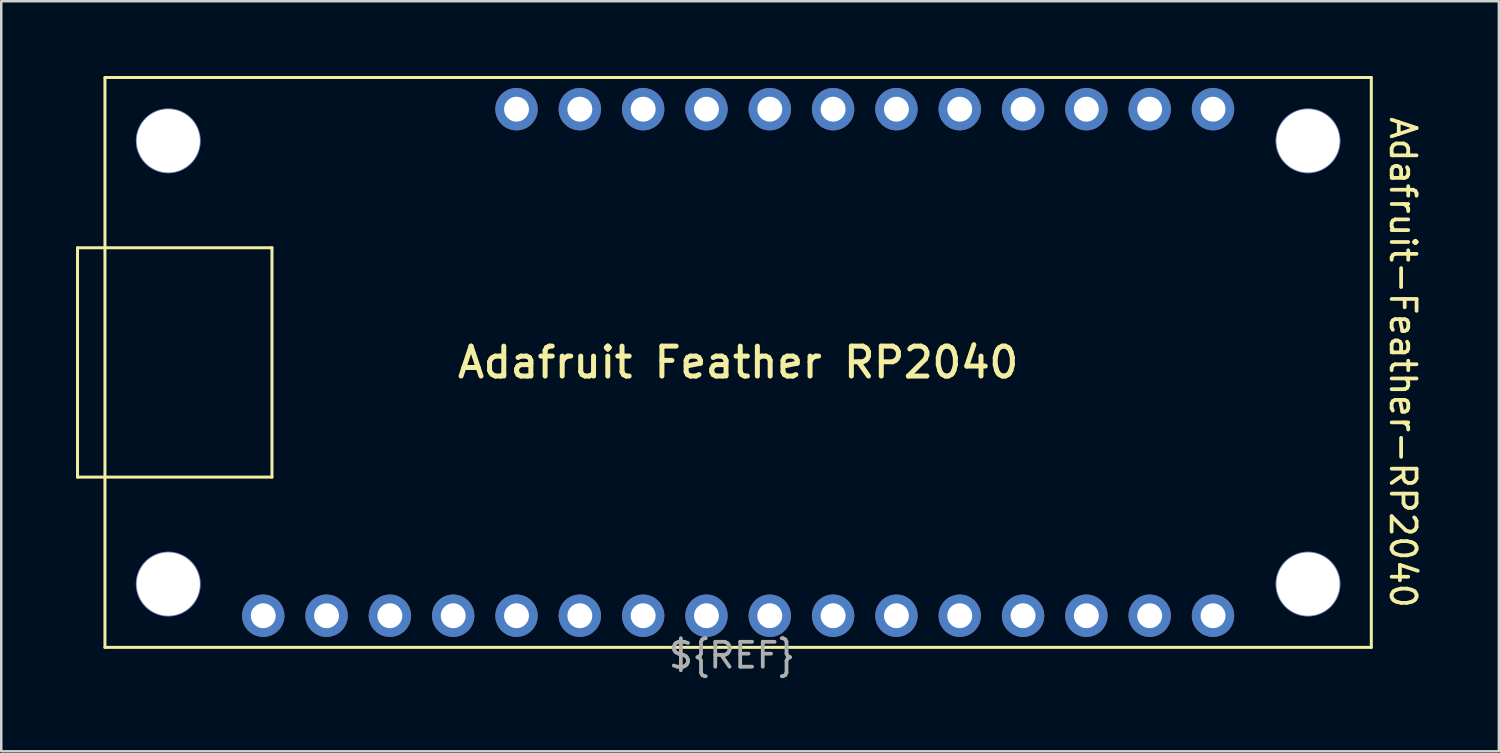
<source format=kicad_pcb>
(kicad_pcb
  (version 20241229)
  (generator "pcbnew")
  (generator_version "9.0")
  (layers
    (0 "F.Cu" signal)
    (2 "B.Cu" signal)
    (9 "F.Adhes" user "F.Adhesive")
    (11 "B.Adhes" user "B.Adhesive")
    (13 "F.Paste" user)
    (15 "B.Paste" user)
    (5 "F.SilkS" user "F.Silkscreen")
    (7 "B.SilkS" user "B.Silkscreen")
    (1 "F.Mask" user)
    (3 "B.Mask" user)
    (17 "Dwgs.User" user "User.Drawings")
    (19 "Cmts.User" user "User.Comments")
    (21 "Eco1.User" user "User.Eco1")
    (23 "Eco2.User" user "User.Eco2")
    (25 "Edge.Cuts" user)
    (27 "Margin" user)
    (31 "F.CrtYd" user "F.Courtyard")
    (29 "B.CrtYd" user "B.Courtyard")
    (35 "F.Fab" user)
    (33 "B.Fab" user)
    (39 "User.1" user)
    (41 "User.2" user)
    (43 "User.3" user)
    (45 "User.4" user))
  (footprint "Adafruit-Feather-RP2040"
    (layer "F.Cu")
    (at 26.56 11.49)
    (property "Reference" "Adafruit-Feather-RP2040" (at 26.67 0 270) (unlocked yes) (layer "F.SilkS") (effects (font (size 1 1) (thickness 0.15))))
    (fp_line (start -26.5 -4.6) (end -26.5 4.6) (stroke (width 0.12) (type solid)) (layer "F.SilkS"))
    (fp_line (start -25.4 -11.43) (end 25.4 -11.43) (stroke (width 0.12) (type solid)) (layer "F.SilkS"))
    (fp_line (start -25.4 11.43) (end -25.4 -11.43) (stroke (width 0.12) (type solid)) (layer "F.SilkS"))
    (fp_line (start -18.7 -4.6) (end -26.5 -4.6) (stroke (width 0.12) (type solid)) (layer "F.SilkS"))
    (fp_line (start -18.7 -4.6) (end -18.7 4.6) (stroke (width 0.12) (type solid)) (layer "F.SilkS"))
    (fp_line (start -18.7 4.6) (end -26.5 4.6) (stroke (width 0.12) (type solid)) (layer "F.SilkS"))
    (fp_line (start 25.4 -11.43) (end 25.4 11.43) (stroke (width 0.12) (type solid)) (layer "F.SilkS"))
    (fp_line (start 25.4 11.43) (end -25.4 11.43) (stroke (width 0.12) (type solid)) (layer "F.SilkS"))
    (fp_text user "Adafruit Feather RP2040" (at 0 0 0) (unlocked yes) (layer "F.SilkS") (effects (font (size 1.2 1.2) (thickness 0.2))))
    (fp_text user "${REF}" (at -0.25 11.75 0) (unlocked yes) (layer "F.Fab") (effects (font (size 1 1) (thickness 0.15))))
    (pad "" np_thru_hole circle (at -22.86 -8.89) (size 2.6 2.6) (drill 2.54) (layers "*.Cu" "*.Mask"))
    (pad "" np_thru_hole circle (at -22.86 8.89) (size 2.6 2.6) (drill 2.54) (layers "*.Cu" "*.Mask"))
    (pad "" np_thru_hole circle (at 22.86 -8.89) (size 2.6 2.6) (drill 2.54) (layers "*.Cu" "*.Mask"))
    (pad "" np_thru_hole circle (at 22.86 8.89) (size 2.6 2.6) (drill 2.54) (layers "*.Cu" "*.Mask"))
    (pad "1" thru_hole circle (at -19.05 10.16) (size 1.7 1.7) (drill 1) (layers "*.Cu" "*.Mask"))
    (pad "2" thru_hole circle (at -16.51 10.16) (size 1.7 1.7) (drill 1) (layers "*.Cu" "*.Mask"))
    (pad "3" thru_hole circle (at -13.97 10.16) (size 1.7 1.7) (drill 1) (layers "*.Cu" "*.Mask"))
    (pad "4" thru_hole circle (at -11.43 10.16) (size 1.7 1.7) (drill 1) (layers "*.Cu" "*.Mask"))
    (pad "5" thru_hole circle (at -8.89 10.16) (size 1.7 1.7) (drill 1) (layers "*.Cu" "*.Mask"))
    (pad "6" thru_hole circle (at -6.35 10.16) (size 1.7 1.7) (drill 1) (layers "*.Cu" "*.Mask"))
    (pad "7" thru_hole circle (at -3.81 10.16) (size 1.7 1.7) (drill 1) (layers "*.Cu" "*.Mask"))
    (pad "8" thru_hole circle (at -1.27 10.16) (size 1.7 1.7) (drill 1) (layers "*.Cu" "*.Mask"))
    (pad "9" thru_hole circle (at 1.27 10.16) (size 1.7 1.7) (drill 1) (layers "*.Cu" "*.Mask"))
    (pad "10" thru_hole circle (at 3.81 10.16) (size 1.7 1.7) (drill 1) (layers "*.Cu" "*.Mask"))
    (pad "11" thru_hole circle (at 6.35 10.16) (size 1.7 1.7) (drill 1) (layers "*.Cu" "*.Mask"))
    (pad "12" thru_hole circle (at 8.89 10.16) (size 1.7 1.7) (drill 1) (layers "*.Cu" "*.Mask"))
    (pad "13" thru_hole circle (at 11.43 10.16) (size 1.7 1.7) (drill 1) (layers "*.Cu" "*.Mask"))
    (pad "14" thru_hole circle (at 13.97 10.16) (size 1.7 1.7) (drill 1) (layers "*.Cu" "*.Mask"))
    (pad "15" thru_hole circle (at 16.51 10.16) (size 1.7 1.7) (drill 1) (layers "*.Cu" "*.Mask"))
    (pad "16" thru_hole circle (at 19.05 10.16) (size 1.7 1.7) (drill 1) (layers "*.Cu" "*.Mask"))
    (pad "17" thru_hole circle (at 19.05 -10.16) (size 1.7 1.7) (drill 1) (layers "*.Cu" "*.Mask"))
    (pad "18" thru_hole circle (at 16.51 -10.16) (size 1.7 1.7) (drill 1) (layers "*.Cu" "*.Mask"))
    (pad "19" thru_hole circle (at 13.97 -10.16) (size 1.7 1.7) (drill 1) (layers "*.Cu" "*.Mask"))
    (pad "20" thru_hole circle (at 11.43 -10.16) (size 1.7 1.7) (drill 1) (layers "*.Cu" "*.Mask"))
    (pad "21" thru_hole circle (at 8.89 -10.16) (size 1.7 1.7) (drill 1) (layers "*.Cu" "*.Mask"))
    (pad "22" thru_hole circle (at 6.35 -10.16) (size 1.7 1.7) (drill 1) (layers "*.Cu" "*.Mask"))
    (pad "23" thru_hole circle (at 3.81 -10.16) (size 1.7 1.7) (drill 1) (layers "*.Cu" "*.Mask"))
    (pad "24" thru_hole circle (at 1.27 -10.16) (size 1.7 1.7) (drill 1) (layers "*.Cu" "*.Mask"))
    (pad "25" thru_hole circle (at -1.27 -10.16) (size 1.7 1.7) (drill 1) (layers "*.Cu" "*.Mask"))
    (pad "26" thru_hole circle (at -3.81 -10.16) (size 1.7 1.7) (drill 1) (layers "*.Cu" "*.Mask"))
    (pad "27" thru_hole circle (at -6.35 -10.16) (size 1.7 1.7) (drill 1) (layers "*.Cu" "*.Mask"))
    (pad "28" thru_hole circle (at -8.89 -10.16) (size 1.7 1.7) (drill 1) (layers "*.Cu" "*.Mask")))
  (gr_rect
    (start -3 -3)
    (end 57.078 27.088)
    (stroke (width 0.1) (type default))
    (fill no)
    (layer "Edge.Cuts")))
</source>
